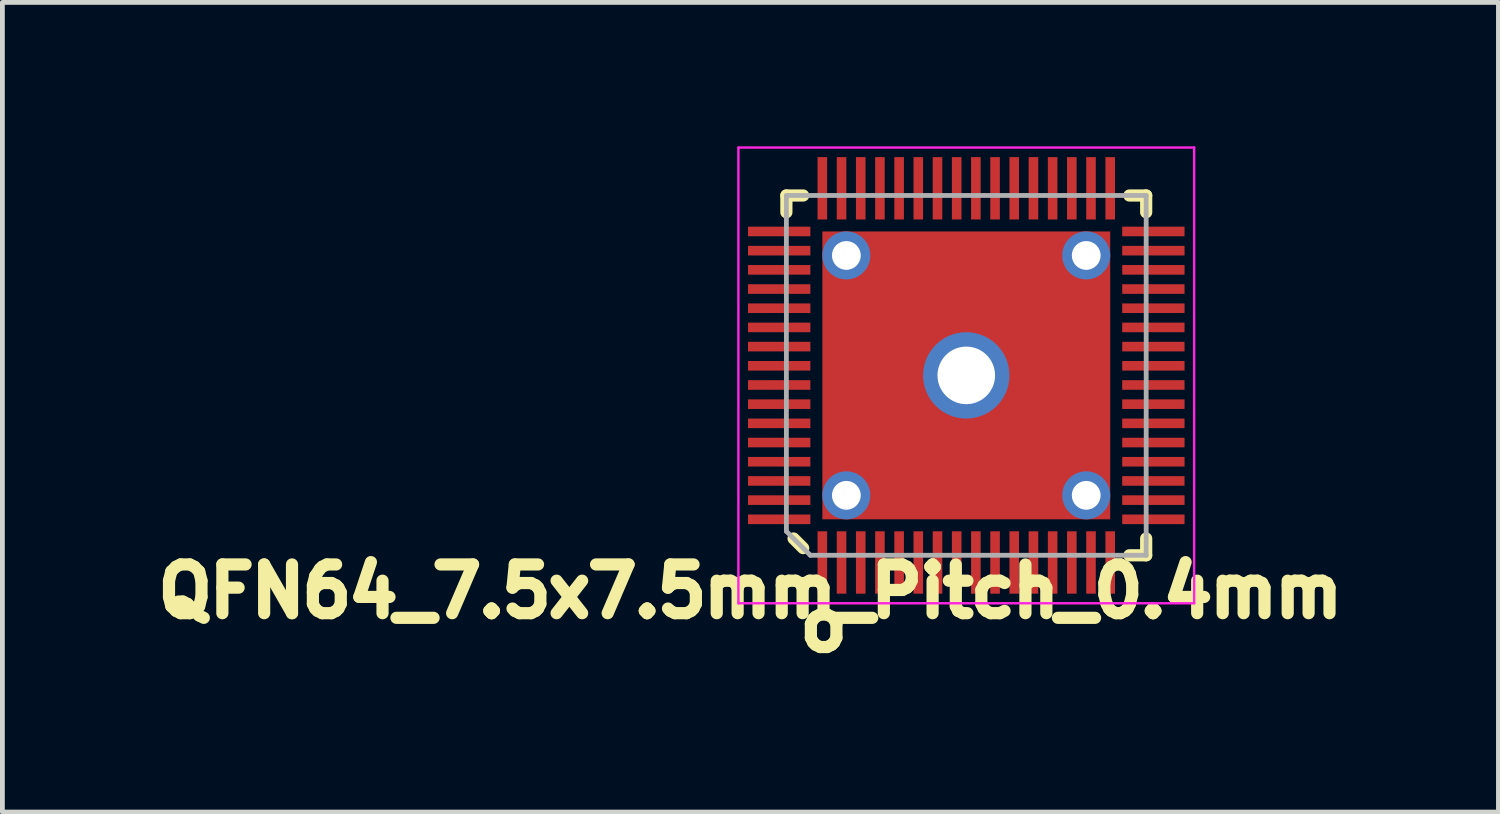
<source format=kicad_pcb>
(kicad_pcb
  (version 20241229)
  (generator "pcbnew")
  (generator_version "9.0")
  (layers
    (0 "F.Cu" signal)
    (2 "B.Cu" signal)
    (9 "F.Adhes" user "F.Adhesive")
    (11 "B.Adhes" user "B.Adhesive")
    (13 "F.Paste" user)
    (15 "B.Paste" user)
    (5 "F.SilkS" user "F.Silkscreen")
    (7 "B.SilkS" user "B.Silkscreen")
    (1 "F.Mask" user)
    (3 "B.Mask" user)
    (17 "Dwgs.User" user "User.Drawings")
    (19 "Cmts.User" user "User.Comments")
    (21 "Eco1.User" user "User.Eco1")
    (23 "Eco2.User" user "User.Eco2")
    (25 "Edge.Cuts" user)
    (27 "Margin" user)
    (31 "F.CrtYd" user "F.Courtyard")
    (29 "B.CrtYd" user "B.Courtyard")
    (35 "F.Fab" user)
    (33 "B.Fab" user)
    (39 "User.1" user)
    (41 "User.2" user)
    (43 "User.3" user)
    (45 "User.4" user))
  (footprint "QFN64_7.5x7.5mm_Pitch_0.4mm"
    (layer "F.Cu")
    (at 17.092 4.775)
    (property "Reference" "QFN64_7.5x7.5mm_Pitch_0.4mm" (at -4.5 4.5 0) (layer "F.SilkS") (effects (font (size 1.016 1.016) (thickness 0.254))))
    (attr smd)
    (fp_line (start -3.75 -3.75) (end -3.4 -3.75) (stroke (width 0.254) (type solid)) (layer "F.SilkS"))
    (fp_line (start -3.75 -3.4) (end -3.75 -3.75) (stroke (width 0.254) (type solid)) (layer "F.SilkS"))
    (fp_line (start -3.4 3.6) (end -3.6 3.4) (stroke (width 0.254) (type solid)) (layer "F.SilkS"))
    (fp_line (start 3.75 -3.75) (end 3.4 -3.75) (stroke (width 0.254) (type solid)) (layer "F.SilkS"))
    (fp_line (start 3.75 -3.4) (end 3.75 -3.75) (stroke (width 0.254) (type solid)) (layer "F.SilkS"))
    (fp_line (start 3.75 3.4) (end 3.75 3.75) (stroke (width 0.254) (type solid)) (layer "F.SilkS"))
    (fp_line (start 3.75 3.75) (end 3.4 3.75) (stroke (width 0.254) (type solid)) (layer "F.SilkS"))
    (fp_line (start -4.75 -4.75) (end -4.75 4.75) (stroke (width 0.05) (type solid)) (layer "F.CrtYd"))
    (fp_line (start -4.75 4.75) (end 4.75 4.75) (stroke (width 0.05) (type solid)) (layer "F.CrtYd"))
    (fp_line (start 4.75 -4.75) (end -4.75 -4.75) (stroke (width 0.05) (type solid)) (layer "F.CrtYd"))
    (fp_line (start 4.75 4.75) (end 4.75 -4.75) (stroke (width 0.05) (type solid)) (layer "F.CrtYd"))
    (fp_line (start -3.75 -3.75) (end 3.75 -3.75) (stroke (width 0.1) (type solid)) (layer "F.Fab"))
    (fp_line (start -3.75 3.25) (end -3.75 -3.75) (stroke (width 0.1) (type solid)) (layer "F.Fab"))
    (fp_line (start -3.25 3.75) (end -3.75 3.25) (stroke (width 0.1) (type solid)) (layer "F.Fab"))
    (fp_line (start 3.75 -3.75) (end 3.75 3.75) (stroke (width 0.1) (type solid)) (layer "F.Fab"))
    (fp_line (start 3.75 3.75) (end -3.25 3.75) (stroke (width 0.1) (type solid)) (layer "F.Fab"))
    (fp_text user "o" (at -3.6 5.8 0) (unlocked yes) (layer "F.SilkS") (effects (font (size 1.016 1.016) (thickness 0.254) (bold yes)) (justify left bottom)))
    (pad "" smd rect (at -3.9 -3) (size 1.3 0.211) (layers "F.Paste"))
    (pad "" smd rect (at -3.9 -2.6) (size 1.3 0.211) (layers "F.Paste"))
    (pad "" smd rect (at -3.9 -2.2) (size 1.3 0.211) (layers "F.Paste"))
    (pad "" smd rect (at -3.9 -1.8) (size 1.3 0.211) (layers "F.Paste"))
    (pad "" smd rect (at -3.9 -1.4) (size 1.3 0.211) (layers "F.Paste"))
    (pad "" smd rect (at -3.9 -1) (size 1.3 0.211) (layers "F.Paste"))
    (pad "" smd rect (at -3.9 -0.6) (size 1.3 0.211) (layers "F.Paste"))
    (pad "" smd rect (at -3.9 -0.2) (size 1.3 0.211) (layers "F.Paste"))
    (pad "" smd rect (at -3.9 0.2) (size 1.3 0.211) (layers "F.Paste"))
    (pad "" smd rect (at -3.9 0.6) (size 1.3 0.211) (layers "F.Paste"))
    (pad "" smd rect (at -3.9 1) (size 1.3 0.211) (layers "F.Paste"))
    (pad "" smd rect (at -3.9 1.4) (size 1.3 0.211) (layers "F.Paste"))
    (pad "" smd rect (at -3.9 1.8) (size 1.3 0.211) (layers "F.Paste"))
    (pad "" smd rect (at -3.9 2.2) (size 1.3 0.211) (layers "F.Paste"))
    (pad "" smd rect (at -3.9 2.6) (size 1.3 0.211) (layers "F.Paste"))
    (pad "" smd rect (at -3.9 3) (size 1.3 0.211) (layers "F.Paste"))
    (pad "" smd rect (at -3 -3.9 270) (size 1.3 0.211) (layers "F.Paste"))
    (pad "" smd rect (at -3 3.9 90) (size 1.3 0.211) (layers "F.Paste"))
    (pad "" smd rect (at -2.6 -3.9 270) (size 1.3 0.211) (layers "F.Paste"))
    (pad "" smd rect (at -2.6 3.9 90) (size 1.3 0.211) (layers "F.Paste"))
    (pad "" smd rect (at -2.2 -3.9 270) (size 1.3 0.211) (layers "F.Paste"))
    (pad "" smd rect (at -2.2 3.9 90) (size 1.3 0.211) (layers "F.Paste"))
    (pad "" smd rect (at -1.875 0 90) (size 4 1.75) (layers "F.Paste"))
    (pad "" smd rect (at -1.8 -3.9 270) (size 1.3 0.211) (layers "F.Paste"))
    (pad "" smd rect (at -1.8 3.9 90) (size 1.3 0.211) (layers "F.Paste"))
    (pad "" smd rect (at -1.4 -3.9 270) (size 1.3 0.211) (layers "F.Paste"))
    (pad "" smd rect (at -1.4 3.9 90) (size 1.3 0.211) (layers "F.Paste"))
    (pad "" smd rect (at -1 -3.9 270) (size 1.3 0.211) (layers "F.Paste"))
    (pad "" smd rect (at -1 3.9 90) (size 1.3 0.211) (layers "F.Paste"))
    (pad "" smd rect (at -0.6 -3.9 270) (size 1.3 0.211) (layers "F.Paste"))
    (pad "" smd rect (at -0.6 3.9 90) (size 1.3 0.211) (layers "F.Paste"))
    (pad "" smd rect (at -0.2 -3.9 270) (size 1.3 0.211) (layers "F.Paste"))
    (pad "" smd rect (at -0.2 3.9 90) (size 1.3 0.211) (layers "F.Paste"))
    (pad "" smd rect (at 0 -1.775 180) (size 1 1.95) (layers "F.Paste"))
    (pad "" smd rect (at 0 1.775 180) (size 1 1.95) (layers "F.Paste"))
    (pad "" smd rect (at 0.2 -3.9 270) (size 1.3 0.211) (layers "F.Paste"))
    (pad "" smd rect (at 0.2 3.9 90) (size 1.3 0.211) (layers "F.Paste"))
    (pad "" smd rect (at 0.6 -3.9 270) (size 1.3 0.211) (layers "F.Paste"))
    (pad "" smd rect (at 0.6 3.9 90) (size 1.3 0.211) (layers "F.Paste"))
    (pad "" smd rect (at 1 -3.9 270) (size 1.3 0.211) (layers "F.Paste"))
    (pad "" smd rect (at 1 3.9 90) (size 1.3 0.211) (layers "F.Paste"))
    (pad "" smd rect (at 1.4 -3.9 270) (size 1.3 0.211) (layers "F.Paste"))
    (pad "" smd rect (at 1.4 3.9 90) (size 1.3 0.211) (layers "F.Paste"))
    (pad "" smd rect (at 1.8 -3.9 270) (size 1.3 0.211) (layers "F.Paste"))
    (pad "" smd rect (at 1.8 3.9 90) (size 1.3 0.211) (layers "F.Paste"))
    (pad "" smd rect (at 1.875 0 90) (size 4 1.75) (layers "F.Paste"))
    (pad "" smd rect (at 2.2 -3.9 270) (size 1.3 0.211) (layers "F.Paste"))
    (pad "" smd rect (at 2.2 3.9 90) (size 1.3 0.211) (layers "F.Paste"))
    (pad "" smd rect (at 2.6 -3.9 270) (size 1.3 0.211) (layers "F.Paste"))
    (pad "" smd rect (at 2.6 3.9 90) (size 1.3 0.211) (layers "F.Paste"))
    (pad "" smd rect (at 3 -3.9 270) (size 1.3 0.211) (layers "F.Paste"))
    (pad "" smd rect (at 3 3.9 90) (size 1.3 0.211) (layers "F.Paste"))
    (pad "" smd rect (at 3.9 -3 180) (size 1.3 0.211) (layers "F.Paste"))
    (pad "" smd rect (at 3.9 -2.6 180) (size 1.3 0.211) (layers "F.Paste"))
    (pad "" smd rect (at 3.9 -2.2 180) (size 1.3 0.211) (layers "F.Paste"))
    (pad "" smd rect (at 3.9 -1.8 180) (size 1.3 0.211) (layers "F.Paste"))
    (pad "" smd rect (at 3.9 -1.4 180) (size 1.3 0.211) (layers "F.Paste"))
    (pad "" smd rect (at 3.9 -1 180) (size 1.3 0.211) (layers "F.Paste"))
    (pad "" smd rect (at 3.9 -0.6 180) (size 1.3 0.211) (layers "F.Paste"))
    (pad "" smd rect (at 3.9 -0.2 180) (size 1.3 0.211) (layers "F.Paste"))
    (pad "" smd rect (at 3.9 0.2 180) (size 1.3 0.211) (layers "F.Paste"))
    (pad "" smd rect (at 3.9 0.6 180) (size 1.3 0.211) (layers "F.Paste"))
    (pad "" smd rect (at 3.9 1 180) (size 1.3 0.211) (layers "F.Paste"))
    (pad "" smd rect (at 3.9 1.4 180) (size 1.3 0.211) (layers "F.Paste"))
    (pad "" smd rect (at 3.9 1.8 180) (size 1.3 0.211) (layers "F.Paste"))
    (pad "" smd rect (at 3.9 2.2 180) (size 1.3 0.211) (layers "F.Paste"))
    (pad "" smd rect (at 3.9 2.6 180) (size 1.3 0.211) (layers "F.Paste"))
    (pad "" smd rect (at 3.9 3 180) (size 1.3 0.211) (layers "F.Paste"))
    (pad "1" smd rect (at -3 3.9 90) (size 1.3 0.2) (layers "F.Cu" "F.Mask"))
    (pad "2" smd rect (at -2.6 3.9 90) (size 1.3 0.2) (layers "F.Cu" "F.Mask"))
    (pad "3" smd rect (at -2.2 3.9 90) (size 1.3 0.2) (layers "F.Cu" "F.Mask"))
    (pad "4" smd rect (at -1.8 3.9 90) (size 1.3 0.2) (layers "F.Cu" "F.Mask"))
    (pad "5" smd rect (at -1.4 3.9 90) (size 1.3 0.2) (layers "F.Cu" "F.Mask"))
    (pad "6" smd rect (at -1 3.9 90) (size 1.3 0.2) (layers "F.Cu" "F.Mask"))
    (pad "7" smd rect (at -0.6 3.9 90) (size 1.3 0.2) (layers "F.Cu" "F.Mask"))
    (pad "8" smd rect (at -0.2 3.9 90) (size 1.3 0.2) (layers "F.Cu" "F.Mask"))
    (pad "9" smd rect (at 0.2 3.9 90) (size 1.3 0.2) (layers "F.Cu" "F.Mask"))
    (pad "10" smd rect (at 0.6 3.9 90) (size 1.3 0.2) (layers "F.Cu" "F.Mask"))
    (pad "11" smd rect (at 1 3.9 90) (size 1.3 0.2) (layers "F.Cu" "F.Mask"))
    (pad "12" smd rect (at 1.4 3.9 90) (size 1.3 0.2) (layers "F.Cu" "F.Mask"))
    (pad "13" smd rect (at 1.8 3.9 90) (size 1.3 0.2) (layers "F.Cu" "F.Mask"))
    (pad "14" smd rect (at 2.2 3.9 90) (size 1.3 0.2) (layers "F.Cu" "F.Mask"))
    (pad "15" smd rect (at 2.6 3.9) (size 0.2 1.3) (layers "F.Cu" "F.Mask"))
    (pad "16" smd rect (at 3 3.9) (size 0.2 1.3) (layers "F.Cu" "F.Mask"))
    (pad "17" smd rect (at 3.9 3 90) (size 0.2 1.3) (layers "F.Cu" "F.Mask"))
    (pad "18" smd rect (at 3.9 2.6 90) (size 0.2 1.3) (layers "F.Cu" "F.Mask"))
    (pad "19" smd rect (at 3.9 2.2 90) (size 0.2 1.3) (layers "F.Cu" "F.Mask"))
    (pad "20" smd rect (at 3.9 1.8 90) (size 0.2 1.3) (layers "F.Cu" "F.Mask"))
    (pad "21" smd rect (at 3.9 1.4 90) (size 0.2 1.3) (layers "F.Cu" "F.Mask"))
    (pad "22" smd rect (at 3.9 1 90) (size 0.2 1.3) (layers "F.Cu" "F.Mask"))
    (pad "23" smd rect (at 3.9 0.6 90) (size 0.2 1.3) (layers "F.Cu" "F.Mask"))
    (pad "24" smd rect (at 3.9 0.2 90) (size 0.2 1.3) (layers "F.Cu" "F.Mask"))
    (pad "25" smd rect (at 3.9 -0.2 90) (size 0.2 1.3) (layers "F.Cu" "F.Mask"))
    (pad "26" smd rect (at 3.9 -0.6 90) (size 0.2 1.3) (layers "F.Cu" "F.Mask"))
    (pad "27" smd rect (at 3.9 -1 90) (size 0.2 1.3) (layers "F.Cu" "F.Mask"))
    (pad "28" smd rect (at 3.9 -1.4 90) (size 0.2 1.3) (layers "F.Cu" "F.Mask"))
    (pad "29" smd rect (at 3.9 -1.8) (size 1.3 0.2) (layers "F.Cu" "F.Mask"))
    (pad "30" smd rect (at 3.9 -2.2) (size 1.3 0.2) (layers "F.Cu" "F.Mask"))
    (pad "31" smd rect (at 3.9 -2.6) (size 1.3 0.2) (layers "F.Cu" "F.Mask"))
    (pad "32" smd rect (at 3.9 -3) (size 1.3 0.2) (layers "F.Cu" "F.Mask"))
    (pad "33" smd rect (at 3 -3.9 90) (size 1.3 0.2) (layers "F.Cu" "F.Mask"))
    (pad "34" smd rect (at 2.6 -3.9 90) (size 1.3 0.2) (layers "F.Cu" "F.Mask"))
    (pad "35" smd rect (at 2.2 -3.9 90) (size 1.3 0.2) (layers "F.Cu" "F.Mask"))
    (pad "36" smd rect (at 1.8 -3.9 90) (size 1.3 0.2) (layers "F.Cu" "F.Mask"))
    (pad "37" smd rect (at 1.4 -3.9 90) (size 1.3 0.2) (layers "F.Cu" "F.Mask"))
    (pad "38" smd rect (at 1 -3.9 90) (size 1.3 0.2) (layers "F.Cu" "F.Mask"))
    (pad "39" smd rect (at 0.6 -3.9 90) (size 1.3 0.2) (layers "F.Cu" "F.Mask"))
    (pad "40" smd rect (at 0.2 -3.9 90) (size 1.3 0.2) (layers "F.Cu" "F.Mask"))
    (pad "41" smd rect (at -0.2 -3.9 90) (size 1.3 0.2) (layers "F.Cu" "F.Mask"))
    (pad "42" smd rect (at -0.6 -3.9 90) (size 1.3 0.2) (layers "F.Cu" "F.Mask"))
    (pad "43" smd rect (at -1 -3.9) (size 0.2 1.3) (layers "F.Cu" "F.Mask"))
    (pad "44" smd rect (at -1.4 -3.9) (size 0.2 1.3) (layers "F.Cu" "F.Mask"))
    (pad "45" smd rect (at -1.8 -3.9) (size 0.2 1.3) (layers "F.Cu" "F.Mask"))
    (pad "46" smd rect (at -2.2 -3.9) (size 0.2 1.3) (layers "F.Cu" "F.Mask"))
    (pad "47" smd rect (at -2.6 -3.9) (size 0.2 1.3) (layers "F.Cu" "F.Mask"))
    (pad "48" smd rect (at -3 -3.9) (size 0.2 1.3) (layers "F.Cu" "F.Mask"))
    (pad "49" smd rect (at -3.9 -3 90) (size 0.2 1.3) (layers "F.Cu" "F.Mask"))
    (pad "50" smd rect (at -3.9 -2.6 90) (size 0.2 1.3) (layers "F.Cu" "F.Mask"))
    (pad "51" smd rect (at -3.9 -2.2 90) (size 0.2 1.3) (layers "F.Cu" "F.Mask"))
    (pad "52" smd rect (at -3.9 -1.8 90) (size 0.2 1.3) (layers "F.Cu" "F.Mask"))
    (pad "53" smd rect (at -3.9 -1.4 90) (size 0.2 1.3) (layers "F.Cu" "F.Mask"))
    (pad "54" smd rect (at -3.9 -1 90) (size 0.2 1.3) (layers "F.Cu" "F.Mask"))
    (pad "55" smd rect (at -3.9 -0.6 90) (size 0.2 1.3) (layers "F.Cu" "F.Mask"))
    (pad "56" smd rect (at -3.9 -0.2 90) (size 0.2 1.3) (layers "F.Cu" "F.Mask"))
    (pad "57" smd rect (at -3.9 0.2 90) (size 0.2 1.3) (layers "F.Cu" "F.Mask"))
    (pad "58" smd rect (at -3.9 0.6 90) (size 0.2 1.3) (layers "F.Cu" "F.Mask"))
    (pad "59" smd rect (at -3.9 1 90) (size 0.2 1.3) (layers "F.Cu" "F.Mask"))
    (pad "60" smd rect (at -3.9 1.4 90) (size 0.2 1.3) (layers "F.Cu" "F.Mask"))
    (pad "61" smd rect (at -3.9 1.8 90) (size 0.2 1.3) (layers "F.Cu" "F.Mask"))
    (pad "62" smd rect (at -3.9 2.2 90) (size 0.2 1.3) (layers "F.Cu" "F.Mask"))
    (pad "63" smd rect (at -3.9 2.6 90) (size 0.2 1.3) (layers "F.Cu" "F.Mask"))
    (pad "64" smd rect (at -3.9 3 90) (size 0.2 1.3) (layers "F.Cu" "F.Mask"))
    (pad "65" thru_hole circle (at -2.5 -2.5 90) (size 1 1) (drill 0.6) (layers "*.Cu" "F.Mask"))
    (pad "65" thru_hole circle (at -2.5 2.5 90) (size 1 1) (drill 0.6) (layers "*.Cu" "F.Mask"))
    (pad "65" thru_hole circle (at 0 0 90) (size 1.8 1.8) (drill 1.2) (layers "*.Cu" "*.Mask"))
    (pad "65" smd rect (at 0 0 90) (size 6 6) (layers "F.Cu" "F.Mask"))
    (pad "65" thru_hole circle (at 2.5 -2.5 90) (size 1 1) (drill 0.6) (layers "*.Cu" "F.Mask"))
    (pad "65" thru_hole circle (at 2.5 2.5 90) (size 1 1) (drill 0.6) (layers "*.Cu" "F.Mask")))
  (gr_rect
    (start -3 -3)
    (end 28.185 13.877)
    (stroke (width 0.1) (type default))
    (fill no)
    (layer "Edge.Cuts")))
</source>
